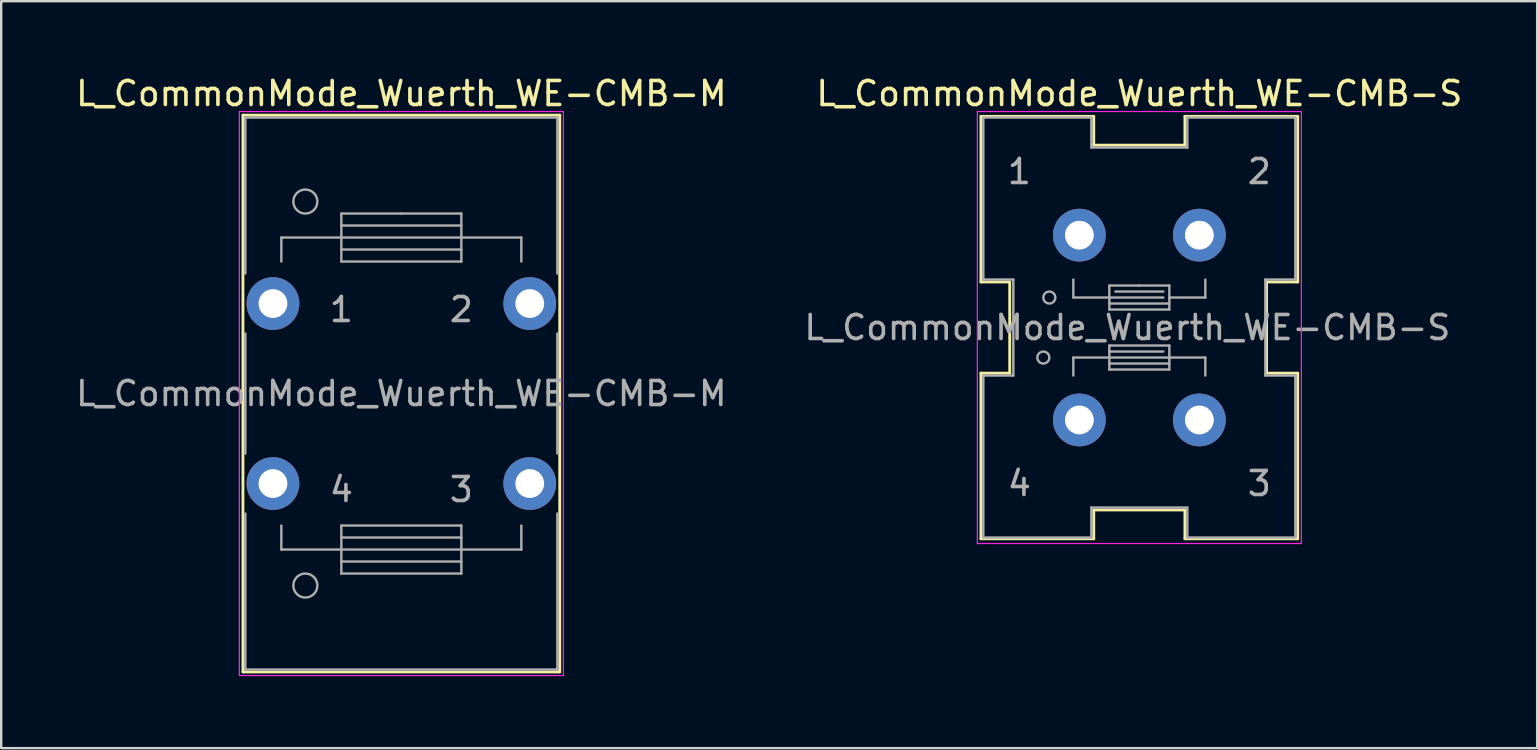
<source format=kicad_pcb>
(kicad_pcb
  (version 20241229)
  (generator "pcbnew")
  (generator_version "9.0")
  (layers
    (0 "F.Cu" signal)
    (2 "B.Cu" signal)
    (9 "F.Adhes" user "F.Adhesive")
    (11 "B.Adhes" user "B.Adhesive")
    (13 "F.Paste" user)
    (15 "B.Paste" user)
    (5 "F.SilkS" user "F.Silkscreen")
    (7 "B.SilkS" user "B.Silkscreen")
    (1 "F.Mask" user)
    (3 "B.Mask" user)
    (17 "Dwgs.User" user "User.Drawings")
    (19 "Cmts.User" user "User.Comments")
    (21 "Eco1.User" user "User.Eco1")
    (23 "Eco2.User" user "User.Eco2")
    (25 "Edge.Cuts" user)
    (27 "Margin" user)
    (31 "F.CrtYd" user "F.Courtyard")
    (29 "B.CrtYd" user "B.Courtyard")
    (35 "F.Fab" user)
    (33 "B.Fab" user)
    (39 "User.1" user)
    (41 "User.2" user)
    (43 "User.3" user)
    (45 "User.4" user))
  (footprint "L_CommonMode_Wuerth_WE-CMB-M"
    (layer "F.Cu")
    (at 8.323 9.598)
    (property "Reference" "L_CommonMode_Wuerth_WE-CMB-M" (at 5.35 -8.75 0) (layer "F.SilkS") (effects (font (size 1 1) (thickness 0.15))))
    (attr through_hole)
    (fp_line (start -1.25 -7.85) (end 11.95 -7.85) (stroke (width 0.12) (type solid)) (layer "F.SilkS"))
    (fp_line (start -1.25 15.35) (end -1.25 -7.85) (stroke (width 0.12) (type solid)) (layer "F.SilkS"))
    (fp_line (start 11.95 -7.85) (end 11.95 15.35) (stroke (width 0.12) (type solid)) (layer "F.SilkS"))
    (fp_line (start 11.95 15.35) (end -1.25 15.35) (stroke (width 0.12) (type solid)) (layer "F.SilkS"))
    (fp_line (start -1.4 -8) (end 12.1 -8) (stroke (width 0.05) (type solid)) (layer "F.CrtYd"))
    (fp_line (start -1.4 15.5) (end -1.4 -8) (stroke (width 0.05) (type solid)) (layer "F.CrtYd"))
    (fp_line (start 12.1 -8) (end 12.1 15.5) (stroke (width 0.05) (type solid)) (layer "F.CrtYd"))
    (fp_line (start 12.1 15.5) (end -1.4 15.5) (stroke (width 0.05) (type solid)) (layer "F.CrtYd"))
    (fp_line (start -1.15 -7.75) (end 11.85 -7.75) (stroke (width 0.1) (type solid)) (layer "F.Fab"))
    (fp_line (start -1.15 -1.25) (end -1.15 -7.75) (stroke (width 0.1) (type solid)) (layer "F.Fab"))
    (fp_line (start -1.15 6.25) (end -1.15 1.25) (stroke (width 0.1) (type solid)) (layer "F.Fab"))
    (fp_line (start -1.15 15.25) (end -1.15 8.75) (stroke (width 0.1) (type solid)) (layer "F.Fab"))
    (fp_line (start 0.35 -2.75) (end 0.35 -1.75) (stroke (width 0.1) (type solid)) (layer "F.Fab"))
    (fp_line (start 0.35 9.25) (end 0.35 10.25) (stroke (width 0.1) (type solid)) (layer "F.Fab"))
    (fp_line (start 0.35 10.25) (end 2.85 10.25) (stroke (width 0.1) (type solid)) (layer "F.Fab"))
    (fp_line (start 2.85 -3.75) (end 5.35 -3.75) (stroke (width 0.1) (type solid)) (layer "F.Fab"))
    (fp_line (start 2.85 -2.75) (end 0.35 -2.75) (stroke (width 0.1) (type solid)) (layer "F.Fab"))
    (fp_line (start 2.85 -2.75) (end 7.85 -2.75) (stroke (width 0.1) (type solid)) (layer "F.Fab"))
    (fp_line (start 2.85 -2.25) (end 7.85 -2.25) (stroke (width 0.1) (type solid)) (layer "F.Fab"))
    (fp_line (start 2.85 -1.75) (end 2.85 -3.75) (stroke (width 0.1) (type solid)) (layer "F.Fab"))
    (fp_line (start 2.85 9.25) (end 7.85 9.25) (stroke (width 0.1) (type solid)) (layer "F.Fab"))
    (fp_line (start 2.85 10.75) (end 7.85 10.75) (stroke (width 0.1) (type solid)) (layer "F.Fab"))
    (fp_line (start 2.85 11.25) (end 2.85 9.25) (stroke (width 0.1) (type solid)) (layer "F.Fab"))
    (fp_line (start 5.35 -3.75) (end 7.85 -3.75) (stroke (width 0.1) (type solid)) (layer "F.Fab"))
    (fp_line (start 7.85 -3.75) (end 7.85 -1.75) (stroke (width 0.1) (type solid)) (layer "F.Fab"))
    (fp_line (start 7.85 -3.25) (end 2.85 -3.25) (stroke (width 0.1) (type solid)) (layer "F.Fab"))
    (fp_line (start 7.85 -2.75) (end 10.35 -2.75) (stroke (width 0.1) (type solid)) (layer "F.Fab"))
    (fp_line (start 7.85 -1.75) (end 2.85 -1.75) (stroke (width 0.1) (type solid)) (layer "F.Fab"))
    (fp_line (start 7.85 9.25) (end 7.85 11.25) (stroke (width 0.1) (type solid)) (layer "F.Fab"))
    (fp_line (start 7.85 9.75) (end 2.85 9.75) (stroke (width 0.1) (type solid)) (layer "F.Fab"))
    (fp_line (start 7.85 10.25) (end 2.85 10.25) (stroke (width 0.1) (type solid)) (layer "F.Fab"))
    (fp_line (start 7.85 11.25) (end 2.85 11.25) (stroke (width 0.1) (type solid)) (layer "F.Fab"))
    (fp_line (start 10.35 -2.75) (end 10.35 -1.75) (stroke (width 0.1) (type solid)) (layer "F.Fab"))
    (fp_line (start 10.35 9.25) (end 10.35 10.25) (stroke (width 0.1) (type solid)) (layer "F.Fab"))
    (fp_line (start 10.35 10.25) (end 7.85 10.25) (stroke (width 0.1) (type solid)) (layer "F.Fab"))
    (fp_line (start 11.85 -7.75) (end 11.85 -1.25) (stroke (width 0.1) (type solid)) (layer "F.Fab"))
    (fp_line (start 11.85 1.25) (end 11.85 6.25) (stroke (width 0.1) (type solid)) (layer "F.Fab"))
    (fp_line (start 11.85 8.75) (end 11.85 15.25) (stroke (width 0.1) (type solid)) (layer "F.Fab"))
    (fp_line (start 11.85 15.25) (end -1.15 15.25) (stroke (width 0.1) (type solid)) (layer "F.Fab"))
    (fp_circle (center 1.35 -4.25) (end 1.85 -4.25) (stroke (width 0.1) (type solid)) (fill no) (layer "F.Fab"))
    (fp_circle (center 1.35 11.75) (end 1.85 11.75) (stroke (width 0.1) (type solid)) (fill no) (layer "F.Fab"))
    (fp_text user "4" (at 2.85 7.75 0) (layer "F.Fab") (effects (font (size 1 1) (thickness 0.15))))
    (fp_text user "1" (at 2.85 0.25 0) (layer "F.Fab") (effects (font (size 1 1) (thickness 0.15))))
    (fp_text user "${REFERENCE}" (at 5.35 3.75 0) (layer "F.Fab") (effects (font (size 1 1) (thickness 0.15))))
    (fp_text user "3" (at 7.85 7.75 0) (layer "F.Fab") (effects (font (size 1 1) (thickness 0.15))))
    (fp_text user "2" (at 7.85 0.25 0) (layer "F.Fab") (effects (font (size 1 1) (thickness 0.15))))
    (pad "1" thru_hole circle (at 0 0) (size 2.2 2.2) (drill 1.2) (layers "*.Cu" "*.Mask"))
    (pad "2" thru_hole circle (at 10.7 0) (size 2.2 2.2) (drill 1.2) (layers "*.Cu" "*.Mask"))
    (pad "3" thru_hole circle (at 10.7 7.5) (size 2.2 2.2) (drill 1.2) (layers "*.Cu" "*.Mask"))
    (pad "4" thru_hole circle (at 0 7.5) (size 2.2 2.2) (drill 1.2) (layers "*.Cu" "*.Mask")))
  (footprint "L_CommonMode_Wuerth_WE-CMB-S"
    (layer "F.Cu")
    (at 41.923 6.748)
    (property "Reference" "L_CommonMode_Wuerth_WE-CMB-S" (at 2.5 -5.9 0) (layer "F.SilkS") (effects (font (size 1 1) (thickness 0.15))))
    (attr through_hole)
    (fp_line (start -4.1 -4.95) (end -4 -4.95) (stroke (width 0.12) (type solid)) (layer "F.SilkS"))
    (fp_line (start -4.1 1.95) (end -4.1 -4.95) (stroke (width 0.12) (type solid)) (layer "F.SilkS"))
    (fp_line (start -4.1 5.75) (end -2.9 5.75) (stroke (width 0.12) (type solid)) (layer "F.SilkS"))
    (fp_line (start -4.1 12.65) (end -4.1 5.75) (stroke (width 0.12) (type solid)) (layer "F.SilkS"))
    (fp_line (start -4 -4.95) (end 0.6 -4.95) (stroke (width 0.12) (type solid)) (layer "F.SilkS"))
    (fp_line (start -2.9 1.95) (end -4.1 1.95) (stroke (width 0.12) (type solid)) (layer "F.SilkS"))
    (fp_line (start -2.9 5.75) (end -2.9 1.95) (stroke (width 0.12) (type solid)) (layer "F.SilkS"))
    (fp_line (start 0.6 -4.95) (end 0.6 -3.75) (stroke (width 0.12) (type solid)) (layer "F.SilkS"))
    (fp_line (start 0.6 -3.75) (end 4.4 -3.75) (stroke (width 0.12) (type solid)) (layer "F.SilkS"))
    (fp_line (start 0.6 11.45) (end 0.6 12.65) (stroke (width 0.12) (type solid)) (layer "F.SilkS"))
    (fp_line (start 0.6 12.65) (end -4.1 12.65) (stroke (width 0.12) (type solid)) (layer "F.SilkS"))
    (fp_line (start 4.4 -4.95) (end 9.1 -4.95) (stroke (width 0.12) (type solid)) (layer "F.SilkS"))
    (fp_line (start 4.4 -3.75) (end 4.4 -4.95) (stroke (width 0.12) (type solid)) (layer "F.SilkS"))
    (fp_line (start 4.4 11.45) (end 0.6 11.45) (stroke (width 0.12) (type solid)) (layer "F.SilkS"))
    (fp_line (start 4.4 12.65) (end 4.4 11.45) (stroke (width 0.12) (type solid)) (layer "F.SilkS"))
    (fp_line (start 7.8 1.95) (end 7.8 5.75) (stroke (width 0.12) (type solid)) (layer "F.SilkS"))
    (fp_line (start 7.8 5.75) (end 9.1 5.75) (stroke (width 0.12) (type solid)) (layer "F.SilkS"))
    (fp_line (start 9.1 -4.95) (end 9.1 1.95) (stroke (width 0.12) (type solid)) (layer "F.SilkS"))
    (fp_line (start 9.1 1.95) (end 7.8 1.95) (stroke (width 0.12) (type solid)) (layer "F.SilkS"))
    (fp_line (start 9.1 5.75) (end 9.1 12.65) (stroke (width 0.12) (type solid)) (layer "F.SilkS"))
    (fp_line (start 9.1 12.65) (end 4.4 12.65) (stroke (width 0.12) (type solid)) (layer "F.SilkS"))
    (fp_line (start -4.25 -5.15) (end -4.25 12.85) (stroke (width 0.05) (type solid)) (layer "F.CrtYd"))
    (fp_line (start -4.25 12.85) (end 9.25 12.85) (stroke (width 0.05) (type solid)) (layer "F.CrtYd"))
    (fp_line (start 9.25 -5.15) (end -4.25 -5.15) (stroke (width 0.05) (type solid)) (layer "F.CrtYd"))
    (fp_line (start 9.25 12.85) (end 9.25 -5.15) (stroke (width 0.05) (type solid)) (layer "F.CrtYd"))
    (fp_line (start -4 -4.9) (end -4 1.85) (stroke (width 0.1) (type solid)) (layer "F.Fab"))
    (fp_line (start -4 1.85) (end -2.75 1.85) (stroke (width 0.1) (type solid)) (layer "F.Fab"))
    (fp_line (start -4 5.85) (end -4 12.6) (stroke (width 0.1) (type solid)) (layer "F.Fab"))
    (fp_line (start -4 12.6) (end 0.5 12.6) (stroke (width 0.1) (type solid)) (layer "F.Fab"))
    (fp_line (start -2.75 1.85) (end -2.75 5.85) (stroke (width 0.1) (type solid)) (layer "F.Fab"))
    (fp_line (start -2.75 5.85) (end -4 5.85) (stroke (width 0.1) (type solid)) (layer "F.Fab"))
    (fp_line (start -0.25 2.6) (end -0.25 1.85) (stroke (width 0.1) (type solid)) (layer "F.Fab"))
    (fp_line (start -0.25 5.1) (end -0.25 5.85) (stroke (width 0.1) (type solid)) (layer "F.Fab"))
    (fp_line (start 0.5 -4.9) (end -4 -4.9) (stroke (width 0.1) (type solid)) (layer "F.Fab"))
    (fp_line (start 0.5 -3.65) (end 0.5 -4.9) (stroke (width 0.1) (type solid)) (layer "F.Fab"))
    (fp_line (start 0.5 11.35) (end 4.5 11.35) (stroke (width 0.1) (type solid)) (layer "F.Fab"))
    (fp_line (start 0.5 12.6) (end 0.5 11.35) (stroke (width 0.1) (type solid)) (layer "F.Fab"))
    (fp_line (start 1.25 2.1) (end 2.5 2.1) (stroke (width 0.1) (type solid)) (layer "F.Fab"))
    (fp_line (start 1.25 2.6) (end -0.25 2.6) (stroke (width 0.1) (type solid)) (layer "F.Fab"))
    (fp_line (start 1.25 2.85) (end 3.75 2.85) (stroke (width 0.1) (type solid)) (layer "F.Fab"))
    (fp_line (start 1.25 3.1) (end 1.25 2.1) (stroke (width 0.1) (type solid)) (layer "F.Fab"))
    (fp_line (start 1.25 4.6) (end 3.75 4.6) (stroke (width 0.1) (type solid)) (layer "F.Fab"))
    (fp_line (start 1.25 4.85) (end 3.5 4.85) (stroke (width 0.1) (type solid)) (layer "F.Fab"))
    (fp_line (start 1.25 5.1) (end -0.25 5.1) (stroke (width 0.1) (type solid)) (layer "F.Fab"))
    (fp_line (start 1.25 5.6) (end 1.25 4.6) (stroke (width 0.1) (type solid)) (layer "F.Fab"))
    (fp_line (start 2.5 2.1) (end 3.75 2.1) (stroke (width 0.1) (type solid)) (layer "F.Fab"))
    (fp_line (start 3.5 2.35) (end 1.5 2.35) (stroke (width 0.1) (type solid)) (layer "F.Fab"))
    (fp_line (start 3.5 2.6) (end 1.25 2.6) (stroke (width 0.1) (type solid)) (layer "F.Fab"))
    (fp_line (start 3.75 2.1) (end 3.75 3.1) (stroke (width 0.1) (type solid)) (layer "F.Fab"))
    (fp_line (start 3.75 2.6) (end 5.25 2.6) (stroke (width 0.1) (type solid)) (layer "F.Fab"))
    (fp_line (start 3.75 3.1) (end 1.25 3.1) (stroke (width 0.1) (type solid)) (layer "F.Fab"))
    (fp_line (start 3.75 4.6) (end 3.75 5.6) (stroke (width 0.1) (type solid)) (layer "F.Fab"))
    (fp_line (start 3.75 5.1) (end 1.25 5.1) (stroke (width 0.1) (type solid)) (layer "F.Fab"))
    (fp_line (start 3.75 5.1) (end 5.25 5.1) (stroke (width 0.1) (type solid)) (layer "F.Fab"))
    (fp_line (start 3.75 5.35) (end 1.25 5.35) (stroke (width 0.1) (type solid)) (layer "F.Fab"))
    (fp_line (start 3.75 5.6) (end 1.25 5.6) (stroke (width 0.1) (type solid)) (layer "F.Fab"))
    (fp_line (start 4.5 -4.9) (end 4.5 -3.65) (stroke (width 0.1) (type solid)) (layer "F.Fab"))
    (fp_line (start 4.5 -3.65) (end 0.5 -3.65) (stroke (width 0.1) (type solid)) (layer "F.Fab"))
    (fp_line (start 4.5 11.35) (end 4.5 12.6) (stroke (width 0.1) (type solid)) (layer "F.Fab"))
    (fp_line (start 4.5 12.6) (end 9 12.6) (stroke (width 0.1) (type solid)) (layer "F.Fab"))
    (fp_line (start 5.25 2.6) (end 5.25 1.85) (stroke (width 0.1) (type solid)) (layer "F.Fab"))
    (fp_line (start 5.25 5.1) (end 5.25 5.85) (stroke (width 0.1) (type solid)) (layer "F.Fab"))
    (fp_line (start 7.75 1.85) (end 9 1.85) (stroke (width 0.1) (type solid)) (layer "F.Fab"))
    (fp_line (start 7.75 5.85) (end 7.75 1.85) (stroke (width 0.1) (type solid)) (layer "F.Fab"))
    (fp_line (start 9 -4.9) (end 4.5 -4.9) (stroke (width 0.1) (type solid)) (layer "F.Fab"))
    (fp_line (start 9 1.85) (end 9 -4.9) (stroke (width 0.1) (type solid)) (layer "F.Fab"))
    (fp_line (start 9 5.85) (end 7.75 5.85) (stroke (width 0.1) (type solid)) (layer "F.Fab"))
    (fp_line (start 9 12.6) (end 9 5.85) (stroke (width 0.1) (type solid)) (layer "F.Fab"))
    (fp_circle (center -1.5 5.1) (end -1.5 4.85) (stroke (width 0.1) (type solid)) (fill no) (layer "F.Fab"))
    (fp_circle (center -1.25 2.6) (end -1 2.6) (stroke (width 0.1) (type solid)) (fill no) (layer "F.Fab"))
    (fp_text user "4" (at -2.5 10.35 0) (layer "F.Fab") (effects (font (size 1 1) (thickness 0.15))))
    (fp_text user "1" (at -2.5 -2.65 0) (layer "F.Fab") (effects (font (size 1 1) (thickness 0.15))))
    (fp_text user "2" (at 7.5 -2.65 0) (layer "F.Fab") (effects (font (size 1 1) (thickness 0.15))))
    (fp_text user "3" (at 7.5 10.35 0) (layer "F.Fab") (effects (font (size 1 1) (thickness 0.15))))
    (fp_text user "${REFERENCE}" (at 2 3.85 0) (layer "F.Fab") (effects (font (size 1 1) (thickness 0.15))))
    (pad "1" thru_hole circle (at 0 0) (size 2.2 2.2) (drill 1.2) (layers "*.Cu" "*.Mask"))
    (pad "2" thru_hole circle (at 5 0) (size 2.2 2.2) (drill 1.2) (layers "*.Cu" "*.Mask"))
    (pad "3" thru_hole circle (at 5 7.7) (size 2.2 2.2) (drill 1.2) (layers "*.Cu" "*.Mask"))
    (pad "4" thru_hole circle (at 0 7.7) (size 2.2 2.2) (drill 1.2) (layers "*.Cu" "*.Mask")))
  (gr_rect
    (start -3 -3)
    (end 61 28.123)
    (stroke (width 0.1) (type default))
    (fill no)
    (layer "Edge.Cuts")))
</source>
